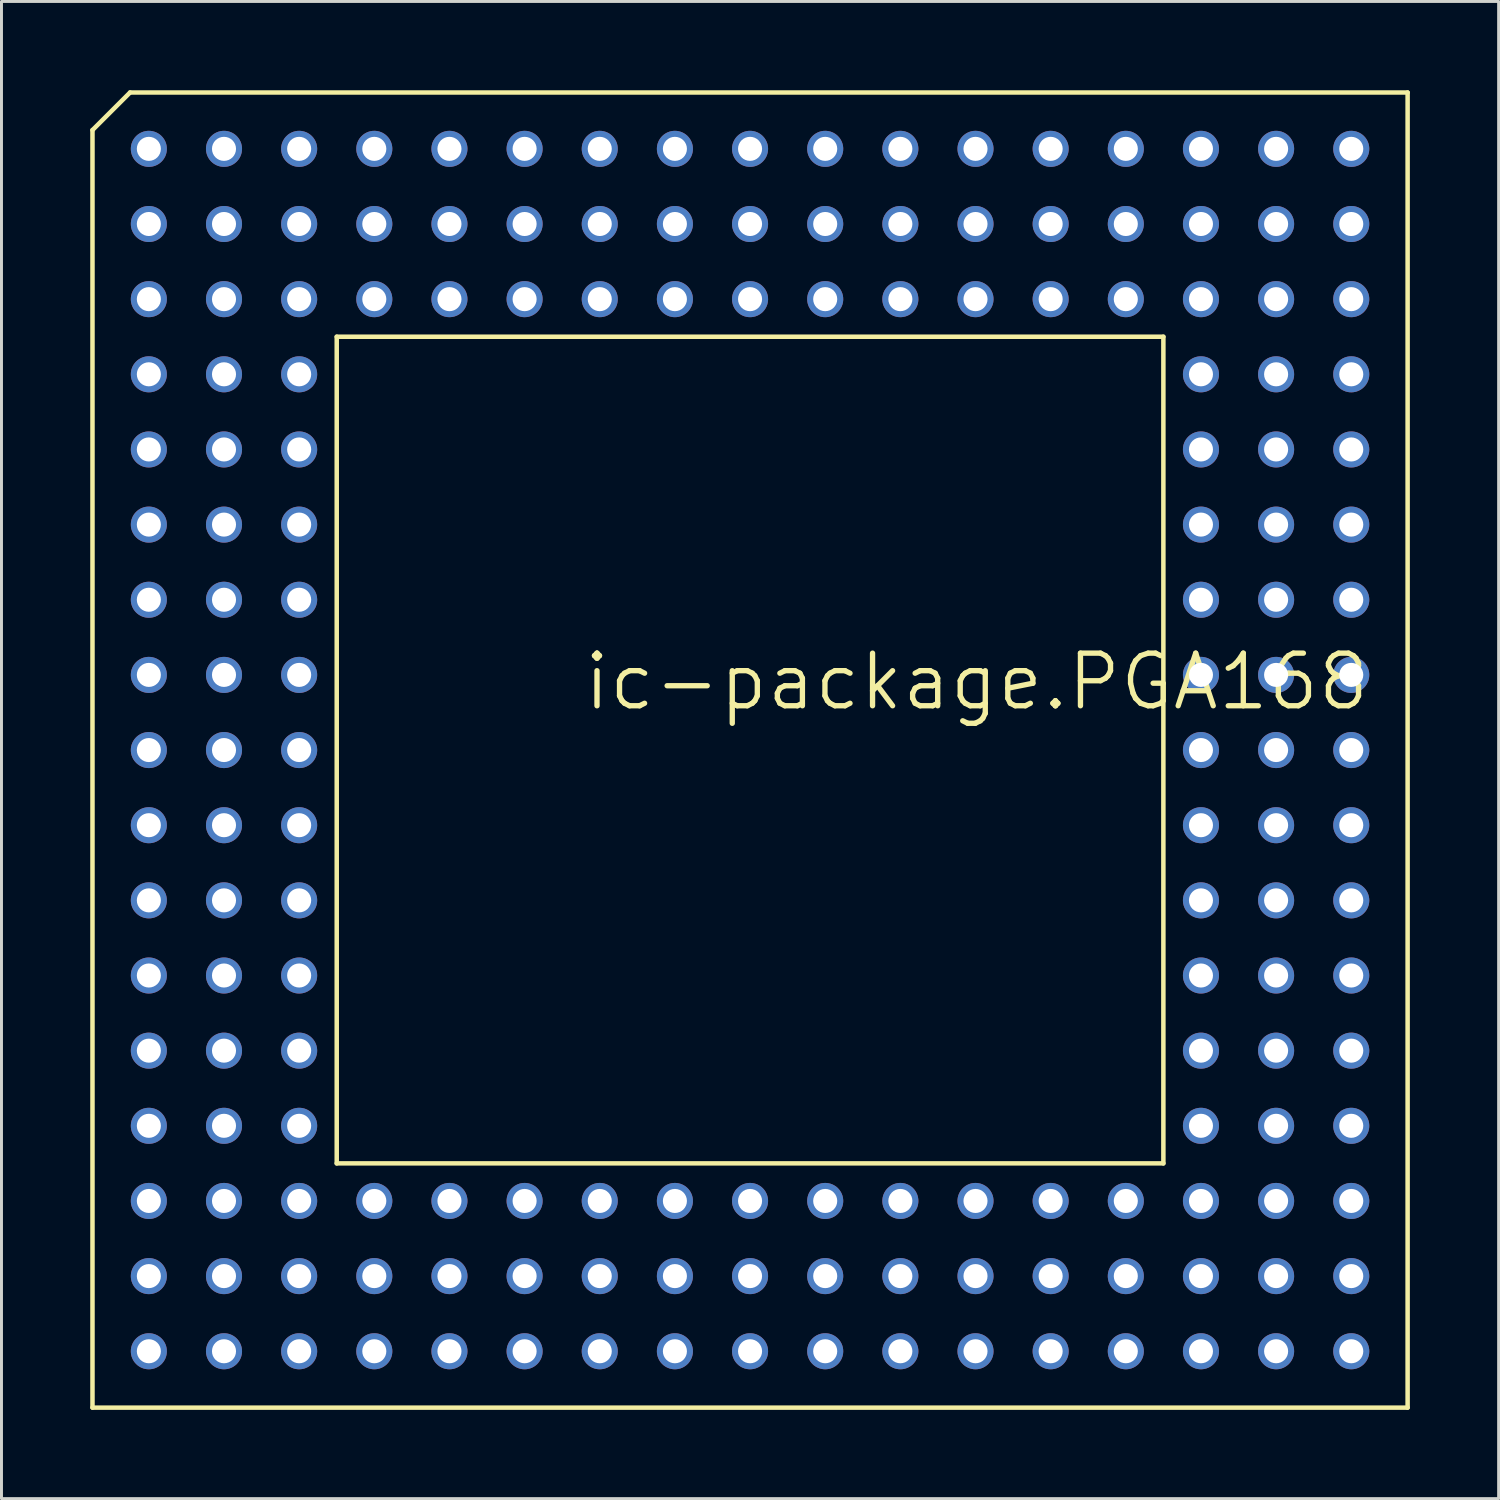
<source format=kicad_pcb>
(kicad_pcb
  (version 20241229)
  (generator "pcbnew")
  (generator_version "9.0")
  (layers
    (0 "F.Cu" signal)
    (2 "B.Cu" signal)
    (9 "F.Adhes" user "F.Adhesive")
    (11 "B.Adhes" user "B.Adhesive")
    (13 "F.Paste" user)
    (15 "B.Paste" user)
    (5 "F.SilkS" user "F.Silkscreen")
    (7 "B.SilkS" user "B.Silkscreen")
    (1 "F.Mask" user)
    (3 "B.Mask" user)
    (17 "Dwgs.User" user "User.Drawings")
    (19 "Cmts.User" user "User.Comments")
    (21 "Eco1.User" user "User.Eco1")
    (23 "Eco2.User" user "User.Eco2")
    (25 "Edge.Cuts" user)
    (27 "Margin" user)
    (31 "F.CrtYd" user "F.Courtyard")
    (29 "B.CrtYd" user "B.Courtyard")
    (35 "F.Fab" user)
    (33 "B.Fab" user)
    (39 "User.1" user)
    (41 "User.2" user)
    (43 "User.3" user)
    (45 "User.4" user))
  (footprint "ic-package.PGA168"
    (layer "F.Cu")
    (at 22.301 22.301)
    (property "Reference" "ic-package.PGA168" (at -5.715 -1.27 0) (layer "F.SilkS") (effects (font (size 1.778 1.778) (thickness 0.18)) (justify left bottom)))
    (attr through_hole)
    (fp_line (start -22.225 -20.955) (end -20.955 -22.225) (stroke (width 0.152) (type default)) (layer "F.SilkS"))
    (fp_line (start -22.225 22.225) (end -22.225 -20.955) (stroke (width 0.152) (type default)) (layer "F.SilkS"))
    (fp_line (start -20.955 -22.225) (end 22.225 -22.225) (stroke (width 0.152) (type default)) (layer "F.SilkS"))
    (fp_line (start -13.97 -13.97) (end -13.97 13.97) (stroke (width 0.152) (type default)) (layer "F.SilkS"))
    (fp_line (start -13.97 -13.97) (end 13.97 -13.97) (stroke (width 0.152) (type default)) (layer "F.SilkS"))
    (fp_line (start -13.97 13.97) (end 13.97 13.97) (stroke (width 0.152) (type default)) (layer "F.SilkS"))
    (fp_line (start 13.97 13.97) (end 13.97 -13.97) (stroke (width 0.152) (type default)) (layer "F.SilkS"))
    (fp_line (start 22.225 -22.225) (end 22.225 22.225) (stroke (width 0.152) (type default)) (layer "F.SilkS"))
    (fp_line (start 22.225 22.225) (end -22.225 22.225) (stroke (width 0.152) (type default)) (layer "F.SilkS"))
    (pad "A01" thru_hole circle (at -20.32 -20.32 90) (size 1.219 1.219) (drill 0.813) (layers "*.Cu" "*.Mask"))
    (pad "A02" thru_hole circle (at -17.78 -20.32 90) (size 1.219 1.219) (drill 0.813) (layers "*.Cu" "*.Mask"))
    (pad "A03" thru_hole circle (at -15.24 -20.32 90) (size 1.219 1.219) (drill 0.813) (layers "*.Cu" "*.Mask"))
    (pad "A04" thru_hole circle (at -12.7 -20.32 90) (size 1.219 1.219) (drill 0.813) (layers "*.Cu" "*.Mask"))
    (pad "A05" thru_hole circle (at -10.16 -20.32 90) (size 1.219 1.219) (drill 0.813) (layers "*.Cu" "*.Mask"))
    (pad "A06" thru_hole circle (at -7.62 -20.32 90) (size 1.219 1.219) (drill 0.813) (layers "*.Cu" "*.Mask"))
    (pad "A07" thru_hole circle (at -5.08 -20.32 90) (size 1.219 1.219) (drill 0.813) (layers "*.Cu" "*.Mask"))
    (pad "A08" thru_hole circle (at -2.54 -20.32 90) (size 1.219 1.219) (drill 0.813) (layers "*.Cu" "*.Mask"))
    (pad "A09" thru_hole circle (at 0 -20.32 90) (size 1.219 1.219) (drill 0.813) (layers "*.Cu" "*.Mask"))
    (pad "A10" thru_hole circle (at 2.54 -20.32 90) (size 1.219 1.219) (drill 0.813) (layers "*.Cu" "*.Mask"))
    (pad "A11" thru_hole circle (at 5.08 -20.32 90) (size 1.219 1.219) (drill 0.813) (layers "*.Cu" "*.Mask"))
    (pad "A12" thru_hole circle (at 7.62 -20.32 90) (size 1.219 1.219) (drill 0.813) (layers "*.Cu" "*.Mask"))
    (pad "A13" thru_hole circle (at 10.16 -20.32 90) (size 1.219 1.219) (drill 0.813) (layers "*.Cu" "*.Mask"))
    (pad "A14" thru_hole circle (at 12.7 -20.32 90) (size 1.219 1.219) (drill 0.813) (layers "*.Cu" "*.Mask"))
    (pad "A15" thru_hole circle (at 15.24 -20.32 90) (size 1.219 1.219) (drill 0.813) (layers "*.Cu" "*.Mask"))
    (pad "A16" thru_hole circle (at 17.78 -20.32 90) (size 1.219 1.219) (drill 0.813) (layers "*.Cu" "*.Mask"))
    (pad "A17" thru_hole circle (at 20.32 -20.32 90) (size 1.219 1.219) (drill 0.813) (layers "*.Cu" "*.Mask"))
    (pad "B01" thru_hole circle (at -20.32 -17.78 90) (size 1.219 1.219) (drill 0.813) (layers "*.Cu" "*.Mask"))
    (pad "B02" thru_hole circle (at -17.78 -17.78 90) (size 1.219 1.219) (drill 0.813) (layers "*.Cu" "*.Mask"))
    (pad "B03" thru_hole circle (at -15.24 -17.78 90) (size 1.219 1.219) (drill 0.813) (layers "*.Cu" "*.Mask"))
    (pad "B04" thru_hole circle (at -12.7 -17.78 90) (size 1.219 1.219) (drill 0.813) (layers "*.Cu" "*.Mask"))
    (pad "B05" thru_hole circle (at -10.16 -17.78 90) (size 1.219 1.219) (drill 0.813) (layers "*.Cu" "*.Mask"))
    (pad "B06" thru_hole circle (at -7.62 -17.78 90) (size 1.219 1.219) (drill 0.813) (layers "*.Cu" "*.Mask"))
    (pad "B07" thru_hole circle (at -5.08 -17.78 90) (size 1.219 1.219) (drill 0.813) (layers "*.Cu" "*.Mask"))
    (pad "B08" thru_hole circle (at -2.54 -17.78 90) (size 1.219 1.219) (drill 0.813) (layers "*.Cu" "*.Mask"))
    (pad "B09" thru_hole circle (at 0 -17.78 90) (size 1.219 1.219) (drill 0.813) (layers "*.Cu" "*.Mask"))
    (pad "B10" thru_hole circle (at 2.54 -17.78 90) (size 1.219 1.219) (drill 0.813) (layers "*.Cu" "*.Mask"))
    (pad "B11" thru_hole circle (at 5.08 -17.78 90) (size 1.219 1.219) (drill 0.813) (layers "*.Cu" "*.Mask"))
    (pad "B12" thru_hole circle (at 7.62 -17.78 90) (size 1.219 1.219) (drill 0.813) (layers "*.Cu" "*.Mask"))
    (pad "B13" thru_hole circle (at 10.16 -17.78 90) (size 1.219 1.219) (drill 0.813) (layers "*.Cu" "*.Mask"))
    (pad "B14" thru_hole circle (at 12.7 -17.78 90) (size 1.219 1.219) (drill 0.813) (layers "*.Cu" "*.Mask"))
    (pad "B15" thru_hole circle (at 15.24 -17.78 90) (size 1.219 1.219) (drill 0.813) (layers "*.Cu" "*.Mask"))
    (pad "B16" thru_hole circle (at 17.78 -17.78 90) (size 1.219 1.219) (drill 0.813) (layers "*.Cu" "*.Mask"))
    (pad "B17" thru_hole circle (at 20.32 -17.78 90) (size 1.219 1.219) (drill 0.813) (layers "*.Cu" "*.Mask"))
    (pad "C01" thru_hole circle (at -20.32 -15.24 90) (size 1.219 1.219) (drill 0.813) (layers "*.Cu" "*.Mask"))
    (pad "C02" thru_hole circle (at -17.78 -15.24 90) (size 1.219 1.219) (drill 0.813) (layers "*.Cu" "*.Mask"))
    (pad "C03" thru_hole circle (at -15.24 -15.24 90) (size 1.219 1.219) (drill 0.813) (layers "*.Cu" "*.Mask"))
    (pad "C04" thru_hole circle (at -12.7 -15.24 90) (size 1.219 1.219) (drill 0.813) (layers "*.Cu" "*.Mask"))
    (pad "C05" thru_hole circle (at -10.16 -15.24 90) (size 1.219 1.219) (drill 0.813) (layers "*.Cu" "*.Mask"))
    (pad "C06" thru_hole circle (at -7.62 -15.24 90) (size 1.219 1.219) (drill 0.813) (layers "*.Cu" "*.Mask"))
    (pad "C07" thru_hole circle (at -5.08 -15.24 90) (size 1.219 1.219) (drill 0.813) (layers "*.Cu" "*.Mask"))
    (pad "C08" thru_hole circle (at -2.54 -15.24 90) (size 1.219 1.219) (drill 0.813) (layers "*.Cu" "*.Mask"))
    (pad "C09" thru_hole circle (at 0 -15.24 90) (size 1.219 1.219) (drill 0.813) (layers "*.Cu" "*.Mask"))
    (pad "C10" thru_hole circle (at 2.54 -15.24 90) (size 1.219 1.219) (drill 0.813) (layers "*.Cu" "*.Mask"))
    (pad "C11" thru_hole circle (at 5.08 -15.24 90) (size 1.219 1.219) (drill 0.813) (layers "*.Cu" "*.Mask"))
    (pad "C12" thru_hole circle (at 7.62 -15.24 90) (size 1.219 1.219) (drill 0.813) (layers "*.Cu" "*.Mask"))
    (pad "C13" thru_hole circle (at 10.16 -15.24 90) (size 1.219 1.219) (drill 0.813) (layers "*.Cu" "*.Mask"))
    (pad "C14" thru_hole circle (at 12.7 -15.24 90) (size 1.219 1.219) (drill 0.813) (layers "*.Cu" "*.Mask"))
    (pad "C15" thru_hole circle (at 15.24 -15.24 90) (size 1.219 1.219) (drill 0.813) (layers "*.Cu" "*.Mask"))
    (pad "C16" thru_hole circle (at 17.78 -15.24 90) (size 1.219 1.219) (drill 0.813) (layers "*.Cu" "*.Mask"))
    (pad "C17" thru_hole circle (at 20.32 -15.24 90) (size 1.219 1.219) (drill 0.813) (layers "*.Cu" "*.Mask"))
    (pad "D01" thru_hole circle (at -20.32 -12.7 90) (size 1.219 1.219) (drill 0.813) (layers "*.Cu" "*.Mask"))
    (pad "D02" thru_hole circle (at -17.78 -12.7 90) (size 1.219 1.219) (drill 0.813) (layers "*.Cu" "*.Mask"))
    (pad "D03" thru_hole circle (at -15.24 -12.7 90) (size 1.219 1.219) (drill 0.813) (layers "*.Cu" "*.Mask"))
    (pad "D15" thru_hole circle (at 15.24 -12.7 90) (size 1.219 1.219) (drill 0.813) (layers "*.Cu" "*.Mask"))
    (pad "D16" thru_hole circle (at 17.78 -12.7 90) (size 1.219 1.219) (drill 0.813) (layers "*.Cu" "*.Mask"))
    (pad "D17" thru_hole circle (at 20.32 -12.7 90) (size 1.219 1.219) (drill 0.813) (layers "*.Cu" "*.Mask"))
    (pad "E01" thru_hole circle (at -20.32 -10.16 90) (size 1.219 1.219) (drill 0.813) (layers "*.Cu" "*.Mask"))
    (pad "E02" thru_hole circle (at -17.78 -10.16 90) (size 1.219 1.219) (drill 0.813) (layers "*.Cu" "*.Mask"))
    (pad "E03" thru_hole circle (at -15.24 -10.16 90) (size 1.219 1.219) (drill 0.813) (layers "*.Cu" "*.Mask"))
    (pad "E15" thru_hole circle (at 15.24 -10.16 90) (size 1.219 1.219) (drill 0.813) (layers "*.Cu" "*.Mask"))
    (pad "E16" thru_hole circle (at 17.78 -10.16 90) (size 1.219 1.219) (drill 0.813) (layers "*.Cu" "*.Mask"))
    (pad "E17" thru_hole circle (at 20.32 -10.16 90) (size 1.219 1.219) (drill 0.813) (layers "*.Cu" "*.Mask"))
    (pad "F01" thru_hole circle (at -20.32 -7.62 90) (size 1.219 1.219) (drill 0.813) (layers "*.Cu" "*.Mask"))
    (pad "F02" thru_hole circle (at -17.78 -7.62 90) (size 1.219 1.219) (drill 0.813) (layers "*.Cu" "*.Mask"))
    (pad "F03" thru_hole circle (at -15.24 -7.62 90) (size 1.219 1.219) (drill 0.813) (layers "*.Cu" "*.Mask"))
    (pad "F15" thru_hole circle (at 15.24 -7.62 90) (size 1.219 1.219) (drill 0.813) (layers "*.Cu" "*.Mask"))
    (pad "F16" thru_hole circle (at 17.78 -7.62 90) (size 1.219 1.219) (drill 0.813) (layers "*.Cu" "*.Mask"))
    (pad "F17" thru_hole circle (at 20.32 -7.62 90) (size 1.219 1.219) (drill 0.813) (layers "*.Cu" "*.Mask"))
    (pad "G01" thru_hole circle (at -20.32 -5.08 90) (size 1.219 1.219) (drill 0.813) (layers "*.Cu" "*.Mask"))
    (pad "G02" thru_hole circle (at -17.78 -5.08 90) (size 1.219 1.219) (drill 0.813) (layers "*.Cu" "*.Mask"))
    (pad "G03" thru_hole circle (at -15.24 -5.08 90) (size 1.219 1.219) (drill 0.813) (layers "*.Cu" "*.Mask"))
    (pad "G15" thru_hole circle (at 15.24 -5.08 90) (size 1.219 1.219) (drill 0.813) (layers "*.Cu" "*.Mask"))
    (pad "G16" thru_hole circle (at 17.78 -5.08 90) (size 1.219 1.219) (drill 0.813) (layers "*.Cu" "*.Mask"))
    (pad "G17" thru_hole circle (at 20.32 -5.08 90) (size 1.219 1.219) (drill 0.813) (layers "*.Cu" "*.Mask"))
    (pad "H01" thru_hole circle (at -20.32 -2.54 90) (size 1.219 1.219) (drill 0.813) (layers "*.Cu" "*.Mask"))
    (pad "H02" thru_hole circle (at -17.78 -2.54 90) (size 1.219 1.219) (drill 0.813) (layers "*.Cu" "*.Mask"))
    (pad "H03" thru_hole circle (at -15.24 -2.54 90) (size 1.219 1.219) (drill 0.813) (layers "*.Cu" "*.Mask"))
    (pad "H15" thru_hole circle (at 15.24 -2.54 90) (size 1.219 1.219) (drill 0.813) (layers "*.Cu" "*.Mask"))
    (pad "H16" thru_hole circle (at 17.78 -2.54 90) (size 1.219 1.219) (drill 0.813) (layers "*.Cu" "*.Mask"))
    (pad "H17" thru_hole circle (at 20.32 -2.54 90) (size 1.219 1.219) (drill 0.813) (layers "*.Cu" "*.Mask"))
    (pad "J01" thru_hole circle (at -20.32 0 90) (size 1.219 1.219) (drill 0.813) (layers "*.Cu" "*.Mask"))
    (pad "J02" thru_hole circle (at -17.78 0 90) (size 1.219 1.219) (drill 0.813) (layers "*.Cu" "*.Mask"))
    (pad "J03" thru_hole circle (at -15.24 0 90) (size 1.219 1.219) (drill 0.813) (layers "*.Cu" "*.Mask"))
    (pad "J15" thru_hole circle (at 15.24 0 90) (size 1.219 1.219) (drill 0.813) (layers "*.Cu" "*.Mask"))
    (pad "J16" thru_hole circle (at 17.78 0 90) (size 1.219 1.219) (drill 0.813) (layers "*.Cu" "*.Mask"))
    (pad "J17" thru_hole circle (at 20.32 0 90) (size 1.219 1.219) (drill 0.813) (layers "*.Cu" "*.Mask"))
    (pad "K01" thru_hole circle (at -20.32 2.54 90) (size 1.219 1.219) (drill 0.813) (layers "*.Cu" "*.Mask"))
    (pad "K02" thru_hole circle (at -17.78 2.54 90) (size 1.219 1.219) (drill 0.813) (layers "*.Cu" "*.Mask"))
    (pad "K03" thru_hole circle (at -15.24 2.54 90) (size 1.219 1.219) (drill 0.813) (layers "*.Cu" "*.Mask"))
    (pad "K15" thru_hole circle (at 15.24 2.54 90) (size 1.219 1.219) (drill 0.813) (layers "*.Cu" "*.Mask"))
    (pad "K16" thru_hole circle (at 17.78 2.54 90) (size 1.219 1.219) (drill 0.813) (layers "*.Cu" "*.Mask"))
    (pad "K17" thru_hole circle (at 20.32 2.54 90) (size 1.219 1.219) (drill 0.813) (layers "*.Cu" "*.Mask"))
    (pad "L01" thru_hole circle (at -20.32 5.08 90) (size 1.219 1.219) (drill 0.813) (layers "*.Cu" "*.Mask"))
    (pad "L02" thru_hole circle (at -17.78 5.08 90) (size 1.219 1.219) (drill 0.813) (layers "*.Cu" "*.Mask"))
    (pad "L03" thru_hole circle (at -15.24 5.08 90) (size 1.219 1.219) (drill 0.813) (layers "*.Cu" "*.Mask"))
    (pad "L15" thru_hole circle (at 15.24 5.08 90) (size 1.219 1.219) (drill 0.813) (layers "*.Cu" "*.Mask"))
    (pad "L16" thru_hole circle (at 17.78 5.08 90) (size 1.219 1.219) (drill 0.813) (layers "*.Cu" "*.Mask"))
    (pad "L17" thru_hole circle (at 20.32 5.08 90) (size 1.219 1.219) (drill 0.813) (layers "*.Cu" "*.Mask"))
    (pad "M01" thru_hole circle (at -20.32 7.62 90) (size 1.219 1.219) (drill 0.813) (layers "*.Cu" "*.Mask"))
    (pad "M02" thru_hole circle (at -17.78 7.62 90) (size 1.219 1.219) (drill 0.813) (layers "*.Cu" "*.Mask"))
    (pad "M03" thru_hole circle (at -15.24 7.62 90) (size 1.219 1.219) (drill 0.813) (layers "*.Cu" "*.Mask"))
    (pad "M15" thru_hole circle (at 15.24 7.62 90) (size 1.219 1.219) (drill 0.813) (layers "*.Cu" "*.Mask"))
    (pad "M16" thru_hole circle (at 17.78 7.62 90) (size 1.219 1.219) (drill 0.813) (layers "*.Cu" "*.Mask"))
    (pad "M17" thru_hole circle (at 20.32 7.62 90) (size 1.219 1.219) (drill 0.813) (layers "*.Cu" "*.Mask"))
    (pad "N01" thru_hole circle (at -20.32 10.16 90) (size 1.219 1.219) (drill 0.813) (layers "*.Cu" "*.Mask"))
    (pad "N02" thru_hole circle (at -17.78 10.16 90) (size 1.219 1.219) (drill 0.813) (layers "*.Cu" "*.Mask"))
    (pad "N03" thru_hole circle (at -15.24 10.16 90) (size 1.219 1.219) (drill 0.813) (layers "*.Cu" "*.Mask"))
    (pad "N15" thru_hole circle (at 15.24 10.16 90) (size 1.219 1.219) (drill 0.813) (layers "*.Cu" "*.Mask"))
    (pad "N16" thru_hole circle (at 17.78 10.16 90) (size 1.219 1.219) (drill 0.813) (layers "*.Cu" "*.Mask"))
    (pad "N17" thru_hole circle (at 20.32 10.16 90) (size 1.219 1.219) (drill 0.813) (layers "*.Cu" "*.Mask"))
    (pad "P01" thru_hole circle (at -20.32 12.7 90) (size 1.219 1.219) (drill 0.813) (layers "*.Cu" "*.Mask"))
    (pad "P02" thru_hole circle (at -17.78 12.7 90) (size 1.219 1.219) (drill 0.813) (layers "*.Cu" "*.Mask"))
    (pad "P03" thru_hole circle (at -15.24 12.7 90) (size 1.219 1.219) (drill 0.813) (layers "*.Cu" "*.Mask"))
    (pad "P15" thru_hole circle (at 15.24 12.7 90) (size 1.219 1.219) (drill 0.813) (layers "*.Cu" "*.Mask"))
    (pad "P16" thru_hole circle (at 17.78 12.7 90) (size 1.219 1.219) (drill 0.813) (layers "*.Cu" "*.Mask"))
    (pad "P17" thru_hole circle (at 20.32 12.7 90) (size 1.219 1.219) (drill 0.813) (layers "*.Cu" "*.Mask"))
    (pad "Q01" thru_hole circle (at -20.32 15.24 90) (size 1.219 1.219) (drill 0.813) (layers "*.Cu" "*.Mask"))
    (pad "Q02" thru_hole circle (at -17.78 15.24 90) (size 1.219 1.219) (drill 0.813) (layers "*.Cu" "*.Mask"))
    (pad "Q03" thru_hole circle (at -15.24 15.24 90) (size 1.219 1.219) (drill 0.813) (layers "*.Cu" "*.Mask"))
    (pad "Q04" thru_hole circle (at -12.7 15.24 90) (size 1.219 1.219) (drill 0.813) (layers "*.Cu" "*.Mask"))
    (pad "Q05" thru_hole circle (at -10.16 15.24 90) (size 1.219 1.219) (drill 0.813) (layers "*.Cu" "*.Mask"))
    (pad "Q06" thru_hole circle (at -7.62 15.24 90) (size 1.219 1.219) (drill 0.813) (layers "*.Cu" "*.Mask"))
    (pad "Q07" thru_hole circle (at -5.08 15.24 90) (size 1.219 1.219) (drill 0.813) (layers "*.Cu" "*.Mask"))
    (pad "Q08" thru_hole circle (at -2.54 15.24 90) (size 1.219 1.219) (drill 0.813) (layers "*.Cu" "*.Mask"))
    (pad "Q09" thru_hole circle (at 0 15.24 90) (size 1.219 1.219) (drill 0.813) (layers "*.Cu" "*.Mask"))
    (pad "Q10" thru_hole circle (at 2.54 15.24 90) (size 1.219 1.219) (drill 0.813) (layers "*.Cu" "*.Mask"))
    (pad "Q11" thru_hole circle (at 5.08 15.24 90) (size 1.219 1.219) (drill 0.813) (layers "*.Cu" "*.Mask"))
    (pad "Q12" thru_hole circle (at 7.62 15.24 90) (size 1.219 1.219) (drill 0.813) (layers "*.Cu" "*.Mask"))
    (pad "Q13" thru_hole circle (at 10.16 15.24 90) (size 1.219 1.219) (drill 0.813) (layers "*.Cu" "*.Mask"))
    (pad "Q14" thru_hole circle (at 12.7 15.24 90) (size 1.219 1.219) (drill 0.813) (layers "*.Cu" "*.Mask"))
    (pad "Q15" thru_hole circle (at 15.24 15.24 90) (size 1.219 1.219) (drill 0.813) (layers "*.Cu" "*.Mask"))
    (pad "Q16" thru_hole circle (at 17.78 15.24 90) (size 1.219 1.219) (drill 0.813) (layers "*.Cu" "*.Mask"))
    (pad "Q17" thru_hole circle (at 20.32 15.24 90) (size 1.219 1.219) (drill 0.813) (layers "*.Cu" "*.Mask"))
    (pad "R01" thru_hole circle (at -20.32 17.78 90) (size 1.219 1.219) (drill 0.813) (layers "*.Cu" "*.Mask"))
    (pad "R02" thru_hole circle (at -17.78 17.78 90) (size 1.219 1.219) (drill 0.813) (layers "*.Cu" "*.Mask"))
    (pad "R03" thru_hole circle (at -15.24 17.78 90) (size 1.219 1.219) (drill 0.813) (layers "*.Cu" "*.Mask"))
    (pad "R04" thru_hole circle (at -12.7 17.78 90) (size 1.219 1.219) (drill 0.813) (layers "*.Cu" "*.Mask"))
    (pad "R05" thru_hole circle (at -10.16 17.78 90) (size 1.219 1.219) (drill 0.813) (layers "*.Cu" "*.Mask"))
    (pad "R06" thru_hole circle (at -7.62 17.78 90) (size 1.219 1.219) (drill 0.813) (layers "*.Cu" "*.Mask"))
    (pad "R07" thru_hole circle (at -5.08 17.78 90) (size 1.219 1.219) (drill 0.813) (layers "*.Cu" "*.Mask"))
    (pad "R08" thru_hole circle (at -2.54 17.78 90) (size 1.219 1.219) (drill 0.813) (layers "*.Cu" "*.Mask"))
    (pad "R09" thru_hole circle (at 0 17.78 90) (size 1.219 1.219) (drill 0.813) (layers "*.Cu" "*.Mask"))
    (pad "R10" thru_hole circle (at 2.54 17.78 90) (size 1.219 1.219) (drill 0.813) (layers "*.Cu" "*.Mask"))
    (pad "R11" thru_hole circle (at 5.08 17.78 90) (size 1.219 1.219) (drill 0.813) (layers "*.Cu" "*.Mask"))
    (pad "R12" thru_hole circle (at 7.62 17.78 90) (size 1.219 1.219) (drill 0.813) (layers "*.Cu" "*.Mask"))
    (pad "R13" thru_hole circle (at 10.16 17.78 90) (size 1.219 1.219) (drill 0.813) (layers "*.Cu" "*.Mask"))
    (pad "R14" thru_hole circle (at 12.7 17.78 90) (size 1.219 1.219) (drill 0.813) (layers "*.Cu" "*.Mask"))
    (pad "R15" thru_hole circle (at 15.24 17.78 90) (size 1.219 1.219) (drill 0.813) (layers "*.Cu" "*.Mask"))
    (pad "R16" thru_hole circle (at 17.78 17.78 90) (size 1.219 1.219) (drill 0.813) (layers "*.Cu" "*.Mask"))
    (pad "R17" thru_hole circle (at 20.32 17.78 90) (size 1.219 1.219) (drill 0.813) (layers "*.Cu" "*.Mask"))
    (pad "S01" thru_hole circle (at -20.32 20.32 90) (size 1.219 1.219) (drill 0.813) (layers "*.Cu" "*.Mask"))
    (pad "S02" thru_hole circle (at -17.78 20.32 90) (size 1.219 1.219) (drill 0.813) (layers "*.Cu" "*.Mask"))
    (pad "S03" thru_hole circle (at -15.24 20.32 90) (size 1.219 1.219) (drill 0.813) (layers "*.Cu" "*.Mask"))
    (pad "S04" thru_hole circle (at -12.7 20.32 90) (size 1.219 1.219) (drill 0.813) (layers "*.Cu" "*.Mask"))
    (pad "S05" thru_hole circle (at -10.16 20.32 90) (size 1.219 1.219) (drill 0.813) (layers "*.Cu" "*.Mask"))
    (pad "S06" thru_hole circle (at -7.62 20.32 90) (size 1.219 1.219) (drill 0.813) (layers "*.Cu" "*.Mask"))
    (pad "S07" thru_hole circle (at -5.08 20.32 90) (size 1.219 1.219) (drill 0.813) (layers "*.Cu" "*.Mask"))
    (pad "S08" thru_hole circle (at -2.54 20.32 90) (size 1.219 1.219) (drill 0.813) (layers "*.Cu" "*.Mask"))
    (pad "S09" thru_hole circle (at 0 20.32 90) (size 1.219 1.219) (drill 0.813) (layers "*.Cu" "*.Mask"))
    (pad "S10" thru_hole circle (at 2.54 20.32 90) (size 1.219 1.219) (drill 0.813) (layers "*.Cu" "*.Mask"))
    (pad "S11" thru_hole circle (at 5.08 20.32 90) (size 1.219 1.219) (drill 0.813) (layers "*.Cu" "*.Mask"))
    (pad "S12" thru_hole circle (at 7.62 20.32 90) (size 1.219 1.219) (drill 0.813) (layers "*.Cu" "*.Mask"))
    (pad "S13" thru_hole circle (at 10.16 20.32 90) (size 1.219 1.219) (drill 0.813) (layers "*.Cu" "*.Mask"))
    (pad "S14" thru_hole circle (at 12.7 20.32 90) (size 1.219 1.219) (drill 0.813) (layers "*.Cu" "*.Mask"))
    (pad "S15" thru_hole circle (at 15.24 20.32 90) (size 1.219 1.219) (drill 0.813) (layers "*.Cu" "*.Mask"))
    (pad "S16" thru_hole circle (at 17.78 20.32 90) (size 1.219 1.219) (drill 0.813) (layers "*.Cu" "*.Mask"))
    (pad "S17" thru_hole circle (at 20.32 20.32 90) (size 1.219 1.219) (drill 0.813) (layers "*.Cu" "*.Mask")))
  (gr_rect
    (start -3 -3)
    (end 47.602 47.602)
    (stroke (width 0.1) (type default))
    (fill no)
    (layer "Edge.Cuts")))
</source>
